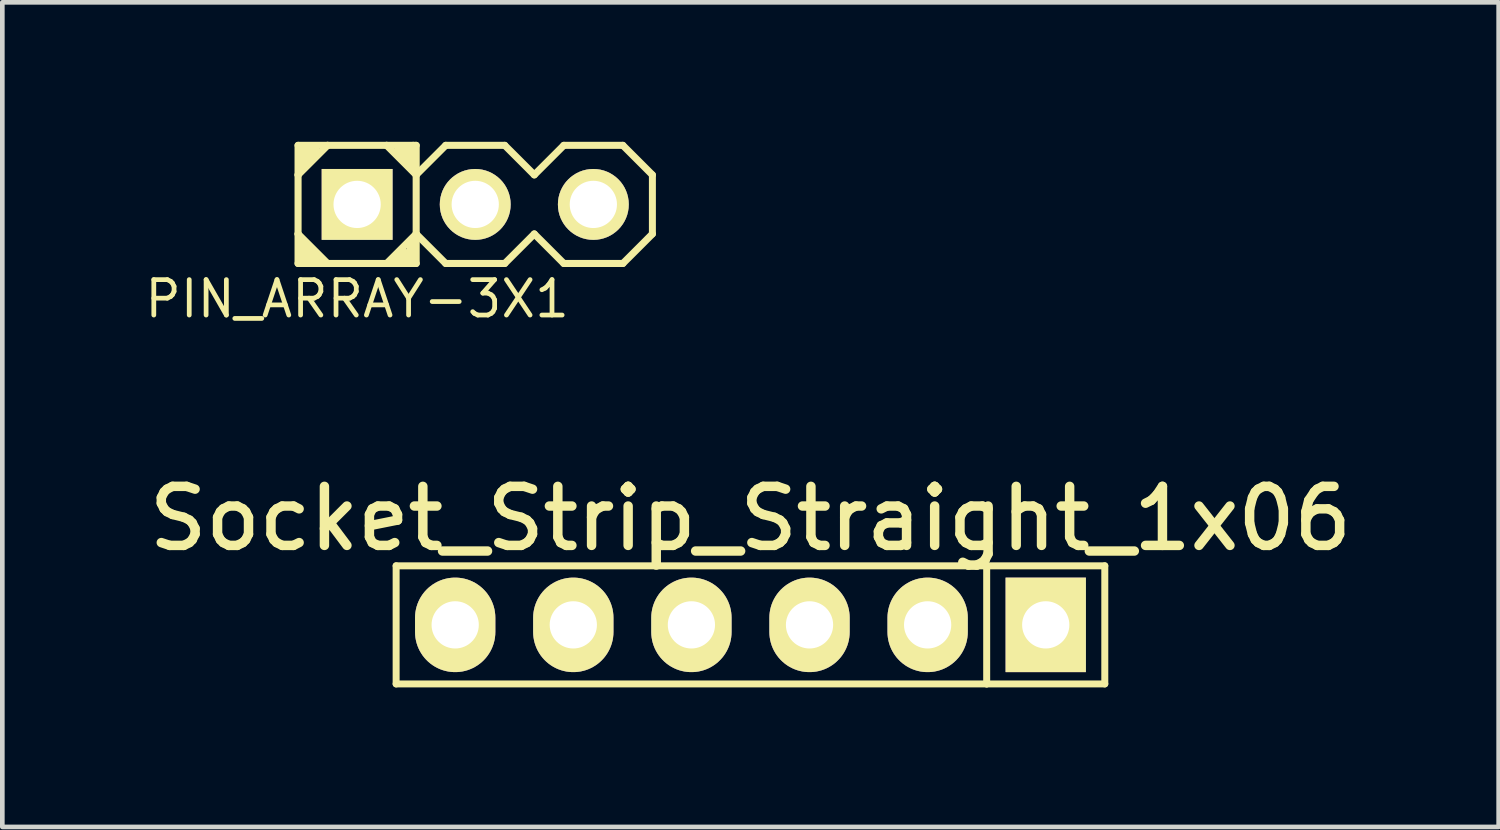
<source format=kicad_pcb>
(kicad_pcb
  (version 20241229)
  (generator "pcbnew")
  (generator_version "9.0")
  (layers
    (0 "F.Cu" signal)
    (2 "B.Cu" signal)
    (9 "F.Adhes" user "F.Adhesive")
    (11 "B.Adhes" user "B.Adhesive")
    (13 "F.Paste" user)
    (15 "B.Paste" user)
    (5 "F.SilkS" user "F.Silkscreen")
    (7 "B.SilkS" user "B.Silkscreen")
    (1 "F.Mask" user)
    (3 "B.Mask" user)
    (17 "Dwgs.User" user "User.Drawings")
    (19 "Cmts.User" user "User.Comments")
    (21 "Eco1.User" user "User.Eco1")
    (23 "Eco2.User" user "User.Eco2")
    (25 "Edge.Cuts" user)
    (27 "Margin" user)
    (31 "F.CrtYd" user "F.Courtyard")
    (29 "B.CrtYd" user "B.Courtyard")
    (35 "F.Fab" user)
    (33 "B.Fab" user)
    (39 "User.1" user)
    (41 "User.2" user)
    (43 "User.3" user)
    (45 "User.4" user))
  (footprint "PIN_ARRAY-3X1"
    (layer "F.Cu")
    (at 7.17 1.346)
    (property "Reference" "PIN_ARRAY-3X1" (at -2.54 2.032 0) (layer "F.SilkS") (effects (font (size 0.762 0.762) (thickness 0.102))))
    (attr through_hole)
    (fp_line (start -3.81 -1.27) (end -3.175 -1.27) (stroke (width 0.152) (type solid)) (layer "F.SilkS"))
    (fp_line (start -3.81 -0.635) (end -3.81 -1.27) (stroke (width 0.152) (type solid)) (layer "F.SilkS"))
    (fp_line (start -3.81 -0.635) (end -3.81 0.635) (stroke (width 0.152) (type solid)) (layer "F.SilkS"))
    (fp_line (start -3.81 0.635) (end -3.81 1.27) (stroke (width 0.152) (type solid)) (layer "F.SilkS"))
    (fp_line (start -3.81 0.635) (end -3.175 1.27) (stroke (width 0.152) (type solid)) (layer "F.SilkS"))
    (fp_line (start -3.81 1.27) (end -3.175 1.27) (stroke (width 0.152) (type solid)) (layer "F.SilkS"))
    (fp_line (start -3.683 -1.206) (end -3.683 -0.826) (stroke (width 0.152) (type solid)) (layer "F.SilkS"))
    (fp_line (start -3.683 1.206) (end -3.683 0.826) (stroke (width 0.152) (type solid)) (layer "F.SilkS"))
    (fp_line (start -3.556 -1.206) (end -3.556 -0.953) (stroke (width 0.152) (type solid)) (layer "F.SilkS"))
    (fp_line (start -3.556 1.206) (end -3.556 0.953) (stroke (width 0.152) (type solid)) (layer "F.SilkS"))
    (fp_line (start -3.429 -1.206) (end -3.429 -1.079) (stroke (width 0.152) (type solid)) (layer "F.SilkS"))
    (fp_line (start -3.429 1.206) (end -3.429 1.079) (stroke (width 0.152) (type solid)) (layer "F.SilkS"))
    (fp_line (start -3.175 -1.27) (end -3.81 -0.635) (stroke (width 0.152) (type solid)) (layer "F.SilkS"))
    (fp_line (start -3.175 1.27) (end -1.905 1.27) (stroke (width 0.152) (type solid)) (layer "F.SilkS"))
    (fp_line (start -1.905 -1.27) (end -3.175 -1.27) (stroke (width 0.152) (type solid)) (layer "F.SilkS"))
    (fp_line (start -1.905 -1.27) (end -1.333 -1.27) (stroke (width 0.152) (type solid)) (layer "F.SilkS"))
    (fp_line (start -1.905 1.27) (end -1.27 0.635) (stroke (width 0.152) (type solid)) (layer "F.SilkS"))
    (fp_line (start -1.651 -1.206) (end -1.651 -1.079) (stroke (width 0.152) (type solid)) (layer "F.SilkS"))
    (fp_line (start -1.651 1.206) (end -1.651 1.079) (stroke (width 0.152) (type solid)) (layer "F.SilkS"))
    (fp_line (start -1.524 -1.206) (end -1.524 -0.953) (stroke (width 0.152) (type solid)) (layer "F.SilkS"))
    (fp_line (start -1.524 1.206) (end -1.524 1.016) (stroke (width 0.152) (type solid)) (layer "F.SilkS"))
    (fp_line (start -1.397 -1.206) (end -1.397 -0.826) (stroke (width 0.152) (type solid)) (layer "F.SilkS"))
    (fp_line (start -1.397 1.206) (end -1.397 0.826) (stroke (width 0.152) (type solid)) (layer "F.SilkS"))
    (fp_line (start -1.333 -1.27) (end -1.27 -1.27) (stroke (width 0.152) (type solid)) (layer "F.SilkS"))
    (fp_line (start -1.27 -1.27) (end -1.27 -0.699) (stroke (width 0.152) (type solid)) (layer "F.SilkS"))
    (fp_line (start -1.27 -0.635) (end -1.905 -1.27) (stroke (width 0.152) (type solid)) (layer "F.SilkS"))
    (fp_line (start -1.27 -0.635) (end -1.27 0.635) (stroke (width 0.152) (type solid)) (layer "F.SilkS"))
    (fp_line (start -1.27 0.635) (end -1.27 1.27) (stroke (width 0.152) (type solid)) (layer "F.SilkS"))
    (fp_line (start -1.27 0.635) (end -0.635 1.27) (stroke (width 0.152) (type solid)) (layer "F.SilkS"))
    (fp_line (start -1.27 1.27) (end -1.905 1.27) (stroke (width 0.152) (type solid)) (layer "F.SilkS"))
    (fp_line (start -0.635 -1.27) (end -1.27 -0.635) (stroke (width 0.152) (type solid)) (layer "F.SilkS"))
    (fp_line (start -0.635 1.27) (end 0.635 1.27) (stroke (width 0.152) (type solid)) (layer "F.SilkS"))
    (fp_line (start 0.635 -1.27) (end -0.635 -1.27) (stroke (width 0.152) (type solid)) (layer "F.SilkS"))
    (fp_line (start 0.635 1.27) (end 1.27 0.635) (stroke (width 0.152) (type solid)) (layer "F.SilkS"))
    (fp_line (start 1.27 -0.635) (end 0.635 -1.27) (stroke (width 0.152) (type solid)) (layer "F.SilkS"))
    (fp_line (start 1.27 0.635) (end 1.905 1.27) (stroke (width 0.152) (type solid)) (layer "F.SilkS"))
    (fp_line (start 1.905 -1.27) (end 1.27 -0.635) (stroke (width 0.152) (type solid)) (layer "F.SilkS"))
    (fp_line (start 1.905 1.27) (end 3.175 1.27) (stroke (width 0.152) (type solid)) (layer "F.SilkS"))
    (fp_line (start 3.175 -1.27) (end 1.905 -1.27) (stroke (width 0.152) (type solid)) (layer "F.SilkS"))
    (fp_line (start 3.175 1.27) (end 3.81 0.635) (stroke (width 0.152) (type solid)) (layer "F.SilkS"))
    (fp_line (start 3.81 -0.635) (end 3.175 -1.27) (stroke (width 0.152) (type solid)) (layer "F.SilkS"))
    (fp_line (start 3.81 -0.635) (end 3.81 0.635) (stroke (width 0.15) (type solid)) (layer "F.SilkS"))
    (pad "1" thru_hole rect (at -2.54 0) (size 1.524 1.524) (drill 1.016) (layers "*.Cu" "*.Mask" "F.SilkS"))
    (pad "2" thru_hole circle (at 0 0) (size 1.524 1.524) (drill 1.016) (layers "*.Cu" "*.Mask" "F.SilkS"))
    (pad "3" thru_hole circle (at 2.54 0) (size 1.524 1.524) (drill 1.016) (layers "*.Cu" "*.Mask" "F.SilkS")))
  (footprint "Socket_Strip_Straight_1x06"
    (layer "F.Cu")
    (at 13.089 10.388)
    (property "Reference" "Socket_Strip_Straight_1x06" (at 0 -2.286 0) (layer "F.SilkS") (effects (font (size 1.27 1.27) (thickness 0.203))))
    (attr through_hole)
    (fp_line (start -7.62 -1.27) (end -7.62 1.27) (stroke (width 0.15) (type solid)) (layer "F.SilkS"))
    (fp_line (start -7.62 1.27) (end 5.08 1.27) (stroke (width 0.15) (type solid)) (layer "F.SilkS"))
    (fp_line (start 5.08 -1.27) (end -7.62 -1.27) (stroke (width 0.15) (type solid)) (layer "F.SilkS"))
    (fp_line (start 5.08 -1.27) (end 5.08 1.27) (stroke (width 0.15) (type solid)) (layer "F.SilkS"))
    (fp_line (start 7.62 -1.27) (end 5.08 -1.27) (stroke (width 0.15) (type solid)) (layer "F.SilkS"))
    (fp_line (start 7.62 -1.27) (end 7.62 1.27) (stroke (width 0.15) (type solid)) (layer "F.SilkS"))
    (fp_line (start 7.62 1.27) (end 5.08 1.27) (stroke (width 0.15) (type solid)) (layer "F.SilkS"))
    (pad "1" thru_hole rect (at 6.35 0 180) (size 1.727 2.032) (drill 1.016) (layers "*.Cu" "*.Mask" "F.SilkS"))
    (pad "2" thru_hole oval (at 3.81 0 180) (size 1.727 2.032) (drill 1.016) (layers "*.Cu" "*.Mask" "F.SilkS"))
    (pad "3" thru_hole oval (at 1.27 0 180) (size 1.727 2.032) (drill 1.016) (layers "*.Cu" "*.Mask" "F.SilkS"))
    (pad "4" thru_hole oval (at -1.27 0 180) (size 1.727 2.032) (drill 1.016) (layers "*.Cu" "*.Mask" "F.SilkS"))
    (pad "5" thru_hole oval (at -3.81 0 180) (size 1.727 2.032) (drill 1.016) (layers "*.Cu" "*.Mask" "F.SilkS"))
    (pad "6" thru_hole oval (at -6.35 0 180) (size 1.727 2.032) (drill 1.016) (layers "*.Cu" "*.Mask" "F.SilkS")))
  (gr_rect
    (start -3 -3)
    (end 29.179 14.733)
    (stroke (width 0.1) (type default))
    (fill no)
    (layer "Edge.Cuts")))
</source>
